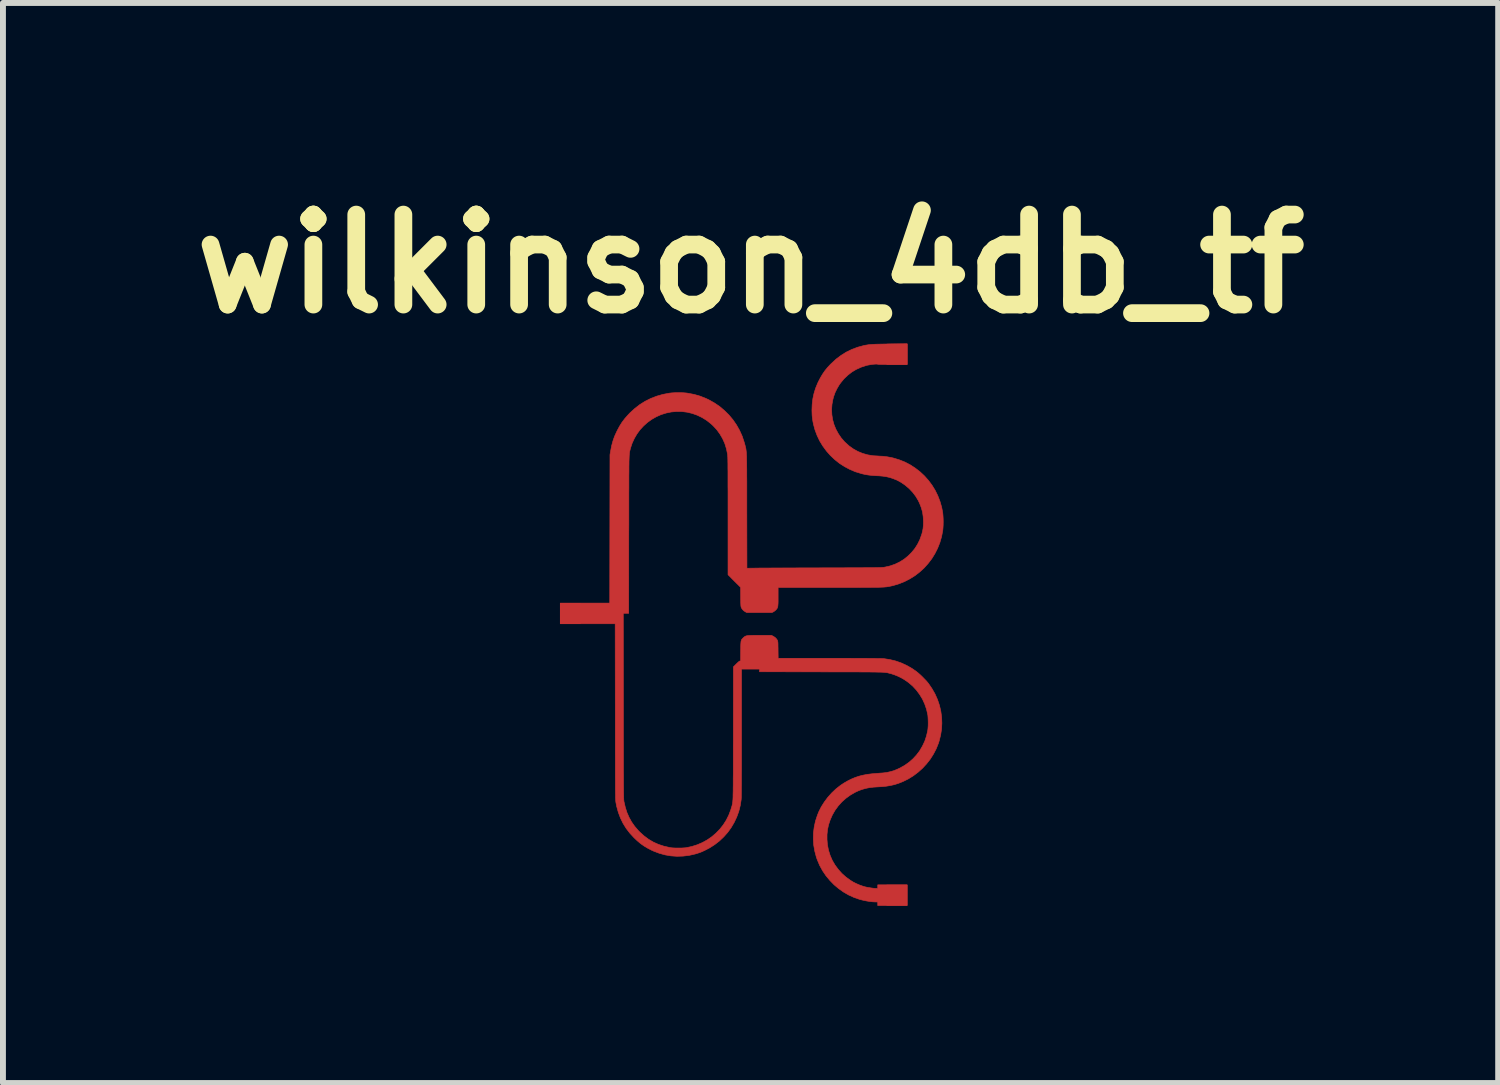
<source format=kicad_pcb>
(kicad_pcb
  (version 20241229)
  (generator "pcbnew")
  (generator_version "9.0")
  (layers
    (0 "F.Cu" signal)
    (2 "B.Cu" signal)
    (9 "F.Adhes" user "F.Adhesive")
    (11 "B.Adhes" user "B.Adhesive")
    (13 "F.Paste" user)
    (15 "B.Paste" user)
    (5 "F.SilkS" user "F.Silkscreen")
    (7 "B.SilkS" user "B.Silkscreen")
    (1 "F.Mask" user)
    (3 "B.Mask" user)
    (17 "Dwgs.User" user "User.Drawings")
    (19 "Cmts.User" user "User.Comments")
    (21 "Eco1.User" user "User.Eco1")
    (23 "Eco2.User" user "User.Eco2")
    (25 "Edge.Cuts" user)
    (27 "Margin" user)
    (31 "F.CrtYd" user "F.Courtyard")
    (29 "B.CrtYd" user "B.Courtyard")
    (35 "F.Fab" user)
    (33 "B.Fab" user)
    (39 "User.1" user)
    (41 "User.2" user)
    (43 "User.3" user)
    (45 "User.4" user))
  (footprint "wilkinson_4db_tf"
    (layer "F.Cu")
    (at 9.674 7.528)
    (property "Reference" "wilkinson_4db_tf" (at -0.015 -6.11 0) (layer "F.SilkS") (effects (font (size 1.524 1.524) (thickness 0.3))))
    (attr through_hole)
    (fp_poly (pts (xy 2.637 -4.405) (xy 2.388 -4.405) (xy 2.323 -4.405) (xy 2.268 -4.406) (xy 2.222 -4.406) (xy 2.186 -4.407) (xy 2.159 -4.408) (xy 2.143 -4.409) (xy 2.137 -4.41) (xy 2.137 -4.41) (xy 2.13 -4.413) (xy 2.115 -4.413) (xy 2.094 -4.412) (xy 2.068 -4.41) (xy 2.04 -4.407) (xy 2.01 -4.402) (xy 1.982 -4.397) (xy 1.956 -4.392) (xy 1.946 -4.389) (xy 1.859 -4.361) (xy 1.777 -4.324) (xy 1.701 -4.279) (xy 1.632 -4.225) (xy 1.568 -4.164) (xy 1.511 -4.095) (xy 1.486 -4.06) (xy 1.448 -3.995) (xy 1.417 -3.931) (xy 1.393 -3.864) (xy 1.38 -3.816) (xy 1.364 -3.729) (xy 1.358 -3.643) (xy 1.362 -3.557) (xy 1.375 -3.473) (xy 1.398 -3.39) (xy 1.43 -3.311) (xy 1.471 -3.235) (xy 1.52 -3.163) (xy 1.578 -3.096) (xy 1.588 -3.087) (xy 1.655 -3.026) (xy 1.727 -2.975) (xy 1.803 -2.933) (xy 1.884 -2.9) (xy 1.969 -2.876) (xy 2.058 -2.861) (xy 2.151 -2.856) (xy 2.156 -2.855) (xy 2.225 -2.852) (xy 2.299 -2.843) (xy 2.375 -2.829) (xy 2.404 -2.822) (xy 2.503 -2.792) (xy 2.599 -2.754) (xy 2.689 -2.707) (xy 2.775 -2.651) (xy 2.855 -2.589) (xy 2.929 -2.52) (xy 2.997 -2.444) (xy 3.058 -2.362) (xy 3.111 -2.276) (xy 3.156 -2.184) (xy 3.193 -2.088) (xy 3.222 -1.988) (xy 3.24 -1.892) (xy 3.244 -1.847) (xy 3.247 -1.796) (xy 3.248 -1.742) (xy 3.247 -1.687) (xy 3.244 -1.636) (xy 3.24 -1.594) (xy 3.22 -1.49) (xy 3.191 -1.39) (xy 3.153 -1.294) (xy 3.107 -1.203) (xy 3.054 -1.117) (xy 2.992 -1.036) (xy 2.924 -0.96) (xy 2.849 -0.892) (xy 2.769 -0.83) (xy 2.682 -0.776) (xy 2.591 -0.729) (xy 2.495 -0.691) (xy 2.395 -0.661) (xy 2.333 -0.648) (xy 2.321 -0.646) (xy 2.309 -0.644) (xy 2.296 -0.642) (xy 2.282 -0.64) (xy 2.267 -0.639) (xy 2.25 -0.637) (xy 2.23 -0.636) (xy 2.207 -0.635) (xy 2.181 -0.634) (xy 2.151 -0.633) (xy 2.116 -0.633) (xy 2.077 -0.632) (xy 2.032 -0.632) (xy 1.982 -0.631) (xy 1.925 -0.631) (xy 1.861 -0.631) (xy 1.79 -0.63) (xy 1.711 -0.63) (xy 1.624 -0.63) (xy 1.529 -0.63) (xy 1.423 -0.63) (xy 1.321 -0.63) (xy 0.452 -0.63) (xy 0.452 -0.476) (xy 0.452 -0.428) (xy 0.452 -0.388) (xy 0.451 -0.357) (xy 0.449 -0.332) (xy 0.447 -0.312) (xy 0.443 -0.296) (xy 0.439 -0.283) (xy 0.432 -0.272) (xy 0.424 -0.262) (xy 0.417 -0.253) (xy 0.401 -0.238) (xy 0.382 -0.224) (xy 0.373 -0.218) (xy 0.348 -0.206) (xy -0.079 -0.206) (xy -0.103 -0.218) (xy -0.134 -0.239) (xy -0.158 -0.267) (xy -0.169 -0.285) (xy -0.172 -0.291) (xy -0.174 -0.298) (xy -0.176 -0.305) (xy -0.178 -0.316) (xy -0.179 -0.329) (xy -0.18 -0.348) (xy -0.181 -0.372) (xy -0.181 -0.403) (xy -0.182 -0.443) (xy -0.182 -0.47) (xy -0.183 -0.633) (xy -0.29 -0.739) (xy -0.396 -0.846) (xy -0.396 -1.839) (xy -0.396 -1.958) (xy -0.396 -2.068) (xy -0.396 -2.169) (xy -0.396 -2.261) (xy -0.397 -2.344) (xy -0.397 -2.42) (xy -0.397 -2.488) (xy -0.397 -2.548) (xy -0.397 -2.602) (xy -0.398 -2.65) (xy -0.398 -2.692) (xy -0.398 -2.729) (xy -0.399 -2.76) (xy -0.399 -2.787) (xy -0.4 -2.81) (xy -0.4 -2.829) (xy -0.401 -2.845) (xy -0.402 -2.858) (xy -0.402 -2.869) (xy -0.403 -2.878) (xy -0.404 -2.885) (xy -0.423 -2.978) (xy -0.45 -3.066) (xy -0.487 -3.149) (xy -0.533 -3.228) (xy -0.587 -3.302) (xy -0.65 -3.37) (xy -0.686 -3.403) (xy -0.758 -3.46) (xy -0.836 -3.508) (xy -0.917 -3.547) (xy -1.001 -3.577) (xy -1.088 -3.598) (xy -1.177 -3.609) (xy -1.267 -3.61) (xy -1.358 -3.602) (xy -1.444 -3.584) (xy -1.53 -3.557) (xy -1.611 -3.521) (xy -1.688 -3.477) (xy -1.76 -3.425) (xy -1.826 -3.366) (xy -1.886 -3.301) (xy -1.938 -3.23) (xy -1.983 -3.153) (xy -2.02 -3.072) (xy -2.048 -2.988) (xy -2.05 -2.977) (xy -2.053 -2.968) (xy -2.055 -2.959) (xy -2.057 -2.951) (xy -2.059 -2.943) (xy -2.061 -2.935) (xy -2.063 -2.926) (xy -2.064 -2.916) (xy -2.066 -2.905) (xy -2.067 -2.892) (xy -2.068 -2.877) (xy -2.069 -2.86) (xy -2.07 -2.84) (xy -2.071 -2.816) (xy -2.072 -2.789) (xy -2.073 -2.758) (xy -2.073 -2.722) (xy -2.074 -2.682) (xy -2.074 -2.637) (xy -2.074 -2.586) (xy -2.075 -2.529) (xy -2.075 -2.465) (xy -2.075 -2.396) (xy -2.075 -2.319) (xy -2.076 -2.234) (xy -2.076 -2.142) (xy -2.076 -2.042) (xy -2.076 -1.933) (xy -2.076 -1.815) (xy -2.076 -1.687) (xy -2.077 -1.55) (xy -2.077 -1.531) (xy -2.078 -0.193) (xy -2.17 -0.193) (xy -2.168 1.378) (xy -2.168 1.529) (xy -2.168 1.669) (xy -2.168 1.8) (xy -2.168 1.923) (xy -2.167 2.036) (xy -2.167 2.141) (xy -2.167 2.237) (xy -2.167 2.326) (xy -2.167 2.407) (xy -2.167 2.482) (xy -2.166 2.549) (xy -2.166 2.611) (xy -2.166 2.666) (xy -2.166 2.715) (xy -2.165 2.759) (xy -2.165 2.798) (xy -2.165 2.832) (xy -2.164 2.862) (xy -2.164 2.888) (xy -2.163 2.91) (xy -2.163 2.929) (xy -2.162 2.945) (xy -2.162 2.958) (xy -2.161 2.968) (xy -2.16 2.977) (xy -2.16 2.984) (xy -2.159 2.99) (xy -2.158 2.995) (xy -2.158 2.995) (xy -2.136 3.091) (xy -2.108 3.18) (xy -2.072 3.262) (xy -2.029 3.34) (xy -1.978 3.413) (xy -1.918 3.483) (xy -1.893 3.509) (xy -1.82 3.575) (xy -1.743 3.633) (xy -1.662 3.681) (xy -1.575 3.72) (xy -1.484 3.75) (xy -1.388 3.772) (xy -1.367 3.776) (xy -1.341 3.779) (xy -1.308 3.781) (xy -1.27 3.782) (xy -1.229 3.782) (xy -1.189 3.782) (xy -1.153 3.78) (xy -1.121 3.778) (xy -1.105 3.776) (xy -1.01 3.756) (xy -0.918 3.727) (xy -0.831 3.69) (xy -0.748 3.644) (xy -0.671 3.591) (xy -0.6 3.53) (xy -0.535 3.463) (xy -0.477 3.39) (xy -0.426 3.31) (xy -0.384 3.226) (xy -0.35 3.137) (xy -0.338 3.096) (xy -0.334 3.084) (xy -0.331 3.074) (xy -0.328 3.064) (xy -0.326 3.054) (xy -0.324 3.044) (xy -0.321 3.034) (xy -0.319 3.023) (xy -0.318 3.011) (xy -0.316 2.996) (xy -0.315 2.98) (xy -0.313 2.961) (xy -0.312 2.939) (xy -0.311 2.913) (xy -0.311 2.884) (xy -0.31 2.85) (xy -0.309 2.812) (xy -0.309 2.768) (xy -0.308 2.719) (xy -0.308 2.664) (xy -0.308 2.602) (xy -0.307 2.534) (xy -0.307 2.458) (xy -0.307 2.375) (xy -0.307 2.284) (xy -0.307 2.184) (xy -0.307 2.075) (xy -0.306 1.957) (xy -0.306 1.837) (xy -0.305 0.714) (xy -0.255 0.664) (xy -0.23 0.64) (xy -0.212 0.624) (xy -0.199 0.616) (xy -0.195 0.615) (xy -0.183 0.615) (xy -0.182 0.448) (xy -0.181 0.4) (xy -0.181 0.36) (xy -0.18 0.329) (xy -0.178 0.304) (xy -0.176 0.284) (xy -0.172 0.269) (xy -0.168 0.257) (xy -0.161 0.246) (xy -0.153 0.237) (xy -0.143 0.227) (xy -0.136 0.22) (xy -0.126 0.211) (xy -0.116 0.203) (xy -0.106 0.197) (xy -0.095 0.192) (xy -0.081 0.188) (xy -0.064 0.185) (xy -0.042 0.183) (xy -0.015 0.182) (xy 0.018 0.181) (xy 0.059 0.18) (xy 0.109 0.18) (xy 0.137 0.18) (xy 0.338 0.18) (xy 0.366 0.194) (xy 0.4 0.215) (xy 0.427 0.243) (xy 0.439 0.262) (xy 0.442 0.268) (xy 0.444 0.275) (xy 0.446 0.284) (xy 0.448 0.295) (xy 0.449 0.311) (xy 0.45 0.332) (xy 0.45 0.36) (xy 0.451 0.397) (xy 0.451 0.426) (xy 0.453 0.569) (xy 1.318 0.569) (xy 1.443 0.569) (xy 1.559 0.569) (xy 1.667 0.569) (xy 1.766 0.57) (xy 1.856 0.57) (xy 1.936 0.57) (xy 2.008 0.571) (xy 2.07 0.571) (xy 2.123 0.572) (xy 2.166 0.572) (xy 2.199 0.573) (xy 2.223 0.574) (xy 2.236 0.574) (xy 2.236 0.574) (xy 2.341 0.59) (xy 2.441 0.614) (xy 2.538 0.648) (xy 2.631 0.691) (xy 2.722 0.743) (xy 2.791 0.791) (xy 2.822 0.816) (xy 2.856 0.846) (xy 2.892 0.88) (xy 2.927 0.916) (xy 2.96 0.95) (xy 2.987 0.982) (xy 2.997 0.994) (xy 3.057 1.082) (xy 3.109 1.173) (xy 3.151 1.268) (xy 3.184 1.365) (xy 3.207 1.464) (xy 3.221 1.565) (xy 3.225 1.666) (xy 3.22 1.767) (xy 3.204 1.869) (xy 3.179 1.969) (xy 3.167 2.007) (xy 3.13 2.1) (xy 3.083 2.19) (xy 3.029 2.276) (xy 2.966 2.356) (xy 2.897 2.431) (xy 2.821 2.499) (xy 2.74 2.56) (xy 2.654 2.613) (xy 2.564 2.657) (xy 2.494 2.685) (xy 2.426 2.707) (xy 2.356 2.723) (xy 2.284 2.735) (xy 2.206 2.743) (xy 2.147 2.746) (xy 2.069 2.751) (xy 2 2.759) (xy 1.936 2.772) (xy 1.876 2.789) (xy 1.817 2.81) (xy 1.759 2.837) (xy 1.677 2.884) (xy 1.601 2.939) (xy 1.532 3) (xy 1.47 3.069) (xy 1.416 3.143) (xy 1.37 3.223) (xy 1.333 3.308) (xy 1.306 3.389) (xy 1.289 3.469) (xy 1.28 3.553) (xy 1.28 3.639) (xy 1.287 3.725) (xy 1.303 3.808) (xy 1.305 3.819) (xy 1.333 3.907) (xy 1.369 3.99) (xy 1.415 4.069) (xy 1.469 4.142) (xy 1.53 4.211) (xy 1.599 4.273) (xy 1.675 4.328) (xy 1.723 4.358) (xy 1.775 4.384) (xy 1.833 4.409) (xy 1.893 4.43) (xy 1.921 4.438) (xy 1.95 4.445) (xy 1.985 4.451) (xy 2.022 4.457) (xy 2.058 4.462) (xy 2.09 4.465) (xy 2.114 4.466) (xy 2.139 4.466) (xy 2.139 4.405) (xy 2.637 4.405) (xy 2.637 4.756) (xy 2.139 4.756) (xy 2.139 4.695) (xy 2.108 4.695) (xy 2.058 4.693) (xy 2.002 4.687) (xy 1.942 4.677) (xy 1.882 4.664) (xy 1.834 4.652) (xy 1.738 4.619) (xy 1.646 4.577) (xy 1.559 4.527) (xy 1.476 4.468) (xy 1.399 4.403) (xy 1.328 4.33) (xy 1.263 4.252) (xy 1.206 4.168) (xy 1.157 4.079) (xy 1.117 3.985) (xy 1.1 3.938) (xy 1.073 3.836) (xy 1.055 3.734) (xy 1.048 3.631) (xy 1.05 3.529) (xy 1.063 3.427) (xy 1.085 3.325) (xy 1.118 3.225) (xy 1.141 3.168) (xy 1.183 3.084) (xy 1.235 3.002) (xy 1.294 2.923) (xy 1.36 2.849) (xy 1.432 2.781) (xy 1.508 2.721) (xy 1.567 2.682) (xy 1.631 2.645) (xy 1.693 2.614) (xy 1.755 2.588) (xy 1.82 2.566) (xy 1.887 2.549) (xy 1.96 2.535) (xy 2.039 2.525) (xy 2.126 2.518) (xy 2.162 2.515) (xy 2.232 2.51) (xy 2.295 2.502) (xy 2.353 2.489) (xy 2.409 2.473) (xy 2.464 2.451) (xy 2.507 2.431) (xy 2.589 2.386) (xy 2.665 2.333) (xy 2.734 2.273) (xy 2.796 2.206) (xy 2.851 2.133) (xy 2.897 2.054) (xy 2.936 1.971) (xy 2.965 1.883) (xy 2.986 1.791) (xy 2.986 1.791) (xy 2.99 1.755) (xy 2.993 1.713) (xy 2.994 1.667) (xy 2.993 1.62) (xy 2.991 1.576) (xy 2.988 1.537) (xy 2.986 1.524) (xy 2.965 1.432) (xy 2.935 1.344) (xy 2.897 1.261) (xy 2.849 1.182) (xy 2.794 1.108) (xy 2.731 1.04) (xy 2.66 0.979) (xy 2.582 0.925) (xy 2.581 0.925) (xy 2.534 0.898) (xy 2.48 0.872) (xy 2.423 0.849) (xy 2.369 0.831) (xy 2.347 0.825) (xy 2.337 0.823) (xy 2.327 0.82) (xy 2.317 0.818) (xy 2.308 0.815) (xy 2.298 0.813) (xy 2.288 0.812) (xy 2.277 0.81) (xy 2.263 0.809) (xy 2.248 0.807) (xy 2.23 0.806) (xy 2.209 0.805) (xy 2.185 0.804) (xy 2.157 0.804) (xy 2.125 0.803) (xy 2.088 0.802) (xy 2.046 0.802) (xy 1.998 0.801) (xy 1.944 0.801) (xy 1.884 0.801) (xy 1.817 0.8) (xy 1.742 0.8) (xy 1.66 0.8) (xy 1.57 0.8) (xy 1.471 0.8) (xy 1.362 0.8) (xy 1.245 0.799) (xy 1.185 0.799) (xy 0.137 0.797) (xy 0.137 0.752) (xy -0.168 0.752) (xy -0.168 1.832) (xy -0.168 1.974) (xy -0.168 2.108) (xy -0.168 2.232) (xy -0.168 2.346) (xy -0.168 2.451) (xy -0.169 2.546) (xy -0.169 2.632) (xy -0.169 2.708) (xy -0.17 2.774) (xy -0.17 2.831) (xy -0.171 2.877) (xy -0.171 2.914) (xy -0.172 2.94) (xy -0.173 2.957) (xy -0.173 2.961) (xy -0.189 3.063) (xy -0.214 3.162) (xy -0.249 3.258) (xy -0.292 3.349) (xy -0.343 3.436) (xy -0.402 3.518) (xy -0.469 3.593) (xy -0.543 3.663) (xy -0.623 3.725) (xy -0.709 3.78) (xy -0.79 3.822) (xy -0.827 3.839) (xy -0.857 3.852) (xy -0.885 3.862) (xy -0.912 3.871) (xy -0.942 3.88) (xy -0.956 3.884) (xy -1.057 3.907) (xy -1.159 3.919) (xy -1.261 3.922) (xy -1.362 3.915) (xy -1.462 3.898) (xy -1.56 3.871) (xy -1.655 3.835) (xy -1.686 3.821) (xy -1.756 3.785) (xy -1.818 3.748) (xy -1.876 3.707) (xy -1.932 3.66) (xy -1.987 3.608) (xy -2.059 3.53) (xy -2.121 3.449) (xy -2.174 3.363) (xy -2.218 3.273) (xy -2.254 3.177) (xy -2.282 3.076) (xy -2.295 3.008) (xy -2.296 3.002) (xy -2.297 2.996) (xy -2.297 2.989) (xy -2.298 2.98) (xy -2.299 2.969) (xy -2.299 2.957) (xy -2.3 2.942) (xy -2.301 2.924) (xy -2.301 2.903) (xy -2.301 2.878) (xy -2.302 2.85) (xy -2.302 2.817) (xy -2.303 2.78) (xy -2.303 2.737) (xy -2.303 2.69) (xy -2.303 2.637) (xy -2.304 2.577) (xy -2.304 2.512) (xy -2.304 2.44) (xy -2.304 2.36) (xy -2.304 2.274) (xy -2.305 2.179) (xy -2.305 2.076) (xy -2.305 1.965) (xy -2.305 1.845) (xy -2.305 1.716) (xy -2.305 1.577) (xy -2.305 1.47) (xy -2.307 -0.015) (xy -3.237 -0.015) (xy -3.237 -0.366) (xy -2.399 -0.366) (xy -2.397 -1.622) (xy -2.395 -2.878) (xy -2.384 -2.942) (xy -2.367 -3.03) (xy -2.345 -3.111) (xy -2.318 -3.188) (xy -2.284 -3.263) (xy -2.271 -3.29) (xy -2.232 -3.362) (xy -2.19 -3.429) (xy -2.143 -3.491) (xy -2.089 -3.552) (xy -2.057 -3.586) (xy -1.976 -3.66) (xy -1.891 -3.726) (xy -1.8 -3.783) (xy -1.704 -3.831) (xy -1.603 -3.87) (xy -1.498 -3.9) (xy -1.392 -3.92) (xy -1.35 -3.925) (xy -1.302 -3.928) (xy -1.249 -3.929) (xy -1.196 -3.929) (xy -1.145 -3.927) (xy -1.099 -3.923) (xy -1.08 -3.92) (xy -0.973 -3.9) (xy -0.871 -3.871) (xy -0.772 -3.832) (xy -0.721 -3.808) (xy -0.627 -3.755) (xy -0.538 -3.695) (xy -0.457 -3.626) (xy -0.381 -3.551) (xy -0.313 -3.47) (xy -0.253 -3.383) (xy -0.201 -3.291) (xy -0.157 -3.194) (xy -0.123 -3.092) (xy -0.114 -3.061) (xy -0.11 -3.046) (xy -0.106 -3.032) (xy -0.103 -3.018) (xy -0.1 -3.006) (xy -0.097 -2.994) (xy -0.094 -2.981) (xy -0.092 -2.967) (xy -0.09 -2.952) (xy -0.088 -2.936) (xy -0.086 -2.917) (xy -0.085 -2.896) (xy -0.084 -2.871) (xy -0.082 -2.843) (xy -0.082 -2.811) (xy -0.081 -2.774) (xy -0.08 -2.732) (xy -0.08 -2.685) (xy -0.079 -2.632) (xy -0.079 -2.573) (xy -0.079 -2.506) (xy -0.078 -2.433) (xy -0.078 -2.351) (xy -0.078 -2.261) (xy -0.078 -2.163) (xy -0.078 -2.055) (xy -0.078 -1.938) (xy -0.078 -1.922) (xy -0.076 -0.956) (xy 0.083 -0.958) (xy 0.104 -0.958) (xy 0.135 -0.959) (xy 0.175 -0.959) (xy 0.224 -0.959) (xy 0.28 -0.959) (xy 0.343 -0.96) (xy 0.413 -0.96) (xy 0.489 -0.96) (xy 0.57 -0.961) (xy 0.656 -0.961) (xy 0.746 -0.961) (xy 0.839 -0.962) (xy 0.936 -0.962) (xy 1.035 -0.962) (xy 1.136 -0.962) (xy 1.222 -0.963) (xy 1.339 -0.963) (xy 1.447 -0.963) (xy 1.546 -0.963) (xy 1.635 -0.964) (xy 1.717 -0.964) (xy 1.79 -0.964) (xy 1.856 -0.964) (xy 1.915 -0.965) (xy 1.967 -0.965) (xy 2.013 -0.965) (xy 2.054 -0.966) (xy 2.089 -0.966) (xy 2.119 -0.967) (xy 2.145 -0.967) (xy 2.168 -0.968) (xy 2.186 -0.968) (xy 2.202 -0.969) (xy 2.215 -0.97) (xy 2.227 -0.971) (xy 2.236 -0.971) (xy 2.244 -0.972) (xy 2.252 -0.974) (xy 2.259 -0.975) (xy 2.261 -0.975) (xy 2.348 -0.995) (xy 2.432 -1.024) (xy 2.51 -1.062) (xy 2.583 -1.107) (xy 2.65 -1.161) (xy 2.711 -1.221) (xy 2.766 -1.288) (xy 2.813 -1.361) (xy 2.852 -1.44) (xy 2.882 -1.524) (xy 2.888 -1.543) (xy 2.899 -1.588) (xy 2.907 -1.631) (xy 2.911 -1.676) (xy 2.913 -1.727) (xy 2.913 -1.743) (xy 2.909 -1.826) (xy 2.898 -1.905) (xy 2.877 -1.98) (xy 2.848 -2.055) (xy 2.825 -2.103) (xy 2.781 -2.176) (xy 2.729 -2.244) (xy 2.67 -2.306) (xy 2.605 -2.361) (xy 2.536 -2.409) (xy 2.462 -2.449) (xy 2.451 -2.453) (xy 2.396 -2.475) (xy 2.341 -2.493) (xy 2.284 -2.506) (xy 2.224 -2.515) (xy 2.157 -2.521) (xy 2.124 -2.522) (xy 2.058 -2.526) (xy 1.999 -2.532) (xy 1.943 -2.54) (xy 1.888 -2.552) (xy 1.861 -2.559) (xy 1.762 -2.589) (xy 1.667 -2.629) (xy 1.577 -2.677) (xy 1.491 -2.732) (xy 1.411 -2.796) (xy 1.337 -2.866) (xy 1.27 -2.942) (xy 1.209 -3.025) (xy 1.156 -3.112) (xy 1.112 -3.204) (xy 1.076 -3.3) (xy 1.05 -3.397) (xy 1.04 -3.448) (xy 1.033 -3.495) (xy 1.028 -3.543) (xy 1.026 -3.595) (xy 1.025 -3.635) (xy 1.029 -3.733) (xy 1.04 -3.825) (xy 1.059 -3.914) (xy 1.086 -4.002) (xy 1.122 -4.09) (xy 1.138 -4.123) (xy 1.172 -4.188) (xy 1.207 -4.246) (xy 1.245 -4.301) (xy 1.288 -4.354) (xy 1.338 -4.408) (xy 1.354 -4.423) (xy 1.434 -4.497) (xy 1.519 -4.561) (xy 1.607 -4.616) (xy 1.7 -4.661) (xy 1.798 -4.698) (xy 1.9 -4.726) (xy 1.91 -4.728) (xy 1.933 -4.733) (xy 1.955 -4.736) (xy 1.978 -4.74) (xy 2.003 -4.743) (xy 2.03 -4.745) (xy 2.061 -4.747) (xy 2.096 -4.749) (xy 2.138 -4.75) (xy 2.185 -4.751) (xy 2.241 -4.752) (xy 2.305 -4.753) (xy 2.35 -4.754) (xy 2.637 -4.757) (xy 2.637 -4.405)) (stroke (width 0.01) (type solid)) (fill yes) (layer "F.Cu"))
    (pad "1" smd rect (at -3.065 -0.19) (size 0.352 0.352) (layers "F.Cu" "F.Mask" "F.Paste"))
    (pad "2" smd rect (at 2.467 -4.58) (size 0.352 0.352) (layers "F.Cu" "F.Mask" "F.Paste"))
    (pad "3" smd rect (at 2.465 4.58) (size 0.352 0.352) (layers "F.Cu" "F.Mask" "F.Paste")))
  (gr_rect
    (start -3 -3)
    (end 22.319 15.289)
    (stroke (width 0.1) (type default))
    (fill no)
    (layer "Edge.Cuts")))
</source>
